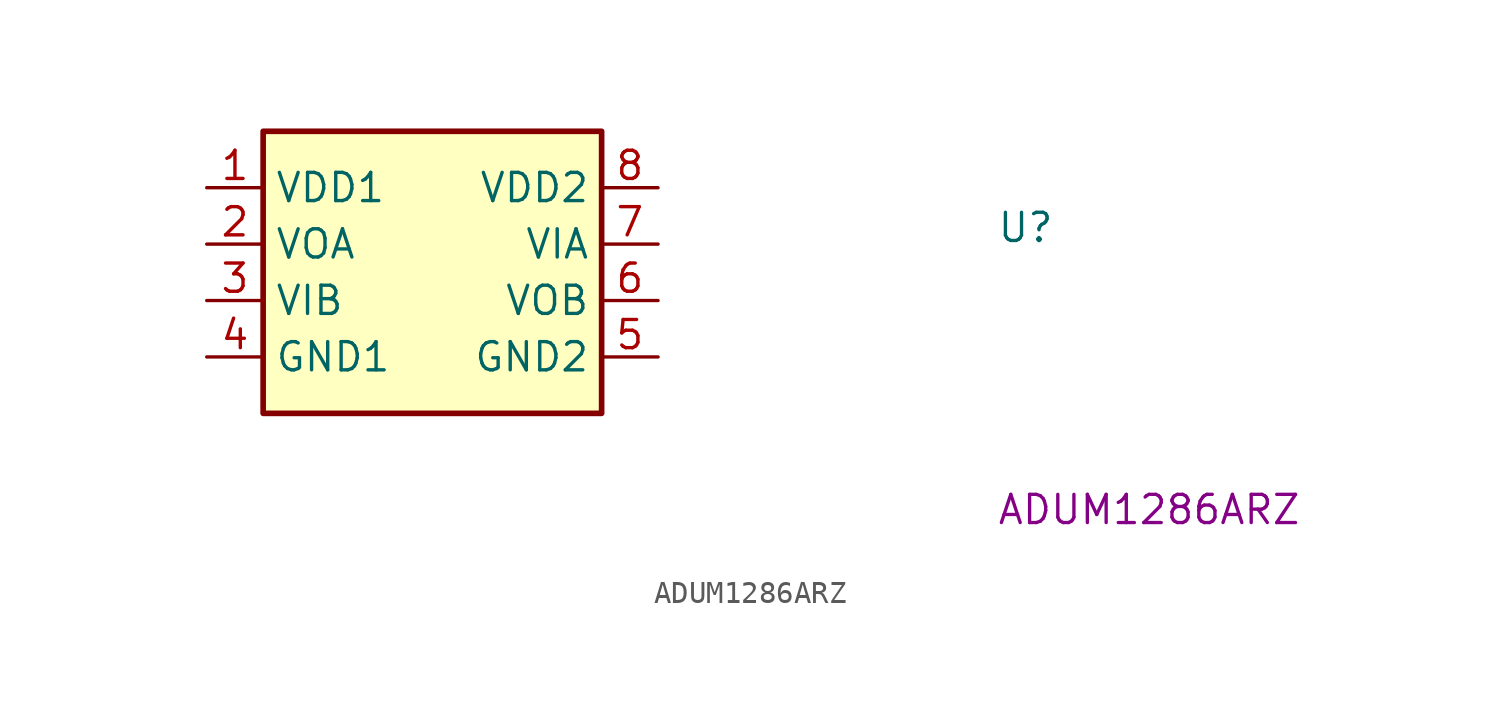
<source format=kicad_sym>
(kicad_symbol_lib
  (version 20220914)
  (generator kicad_symbol_editor)
  (symbol "ADUM1286ARZ"
    (property "Reference" "U"
      (at 35.56 -2.54 0)
      (effects (font (size 1.27 1.27) (thickness 0.15)) (justify left bottom)))
    (property "MPN" "ADUM1286ARZ"
      (at 35.56 -15.24 0)
      (effects (font (size 1.27 1.27) (thickness 0.15)) (justify left bottom)))
    (symbol "ADUM1286ARZ_1_1"
      (rectangle (start 2.54 2.54) (end 17.78 -10.16) (stroke (width 0.254) (type default)) (fill (type background)))
      (pin power_in line (at 0 0 0) (length 2.54) (name "VDD1" (effects (font (size 1.27 1.27)))) (number "1" (effects (font (size 1.27 1.27)))))
      (pin output line (at 0 -2.54 0) (length 2.54) (name "VOA" (effects (font (size 1.27 1.27)))) (number "2" (effects (font (size 1.27 1.27)))))
      (pin input line (at 0 -5.08 0) (length 2.54) (name "VIB" (effects (font (size 1.27 1.27)))) (number "3" (effects (font (size 1.27 1.27)))))
      (pin power_in line (at 0 -7.62 0) (length 2.54) (name "GND1" (effects (font (size 1.27 1.27)))) (number "4" (effects (font (size 1.27 1.27)))))
      (pin power_in line (at 20.32 -7.62 180) (length 2.54) (name "GND2" (effects (font (size 1.27 1.27)))) (number "5" (effects (font (size 1.27 1.27)))))
      (pin output line (at 20.32 -5.08 180) (length 2.54) (name "VOB" (effects (font (size 1.27 1.27)))) (number "6" (effects (font (size 1.27 1.27)))))
      (pin input line (at 20.32 -2.54 180) (length 2.54) (name "VIA" (effects (font (size 1.27 1.27)))) (number "7" (effects (font (size 1.27 1.27)))))
      (pin power_in line (at 20.32 0 180) (length 2.54) (name "VDD2" (effects (font (size 1.27 1.27)))) (number "8" (effects (font (size 1.27 1.27))))))))
</source>
